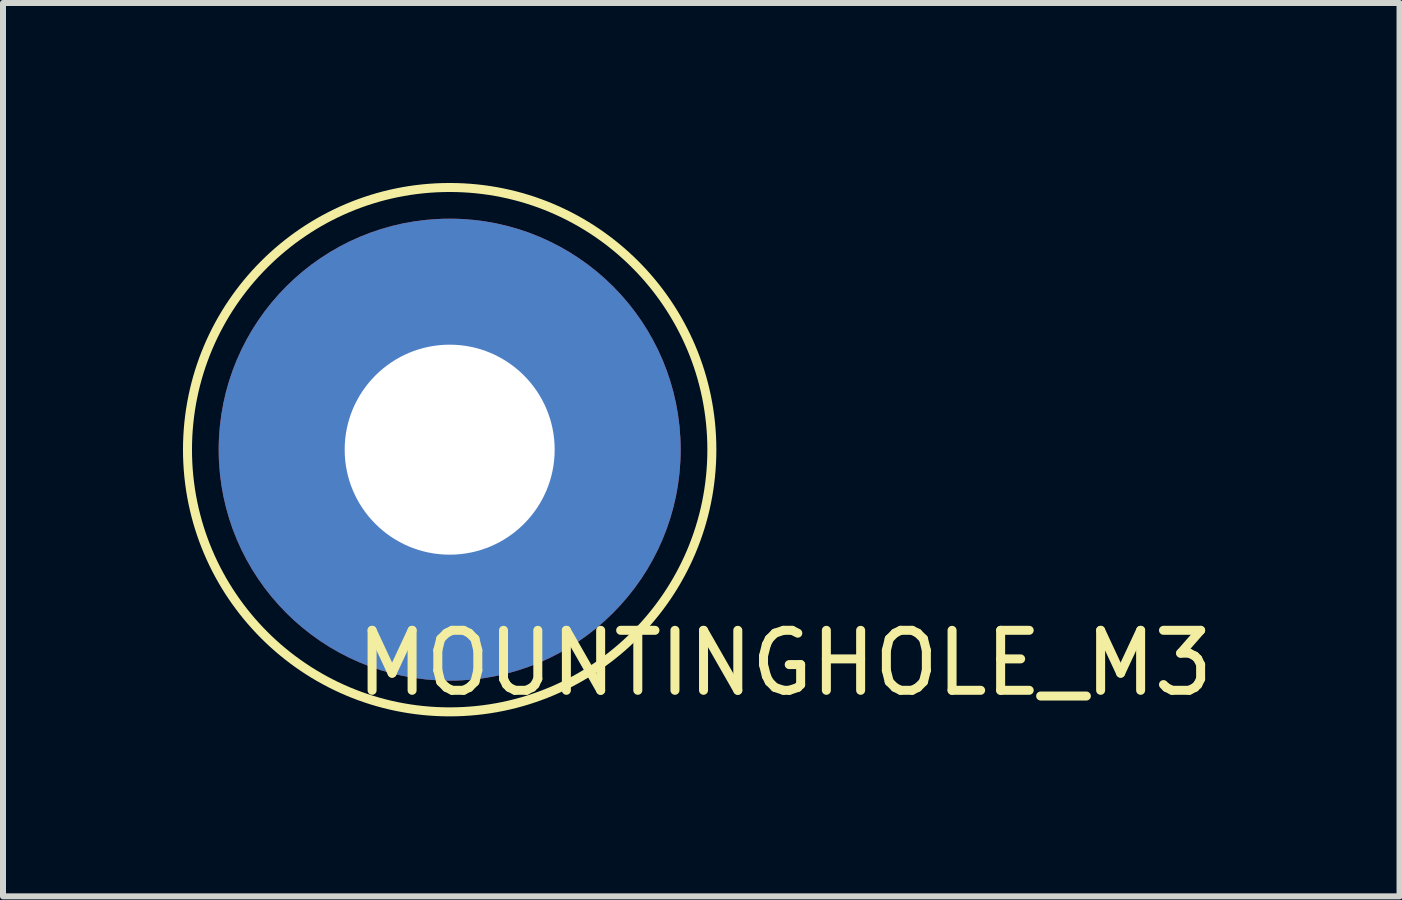
<source format=kicad_pcb>
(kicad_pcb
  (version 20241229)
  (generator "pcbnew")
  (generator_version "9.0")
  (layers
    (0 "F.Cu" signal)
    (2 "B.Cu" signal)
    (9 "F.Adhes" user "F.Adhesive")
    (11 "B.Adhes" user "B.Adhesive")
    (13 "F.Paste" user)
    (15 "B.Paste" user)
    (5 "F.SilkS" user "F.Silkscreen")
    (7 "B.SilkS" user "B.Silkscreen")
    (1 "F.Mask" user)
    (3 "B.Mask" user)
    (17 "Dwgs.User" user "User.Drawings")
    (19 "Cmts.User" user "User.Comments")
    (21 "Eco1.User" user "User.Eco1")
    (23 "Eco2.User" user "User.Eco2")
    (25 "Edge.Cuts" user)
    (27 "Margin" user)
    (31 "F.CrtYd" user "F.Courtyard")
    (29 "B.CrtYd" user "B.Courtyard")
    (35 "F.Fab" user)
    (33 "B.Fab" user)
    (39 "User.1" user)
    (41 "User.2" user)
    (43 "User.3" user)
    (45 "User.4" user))
  (footprint "MOUNTINGHOLE_M3"
    (layer "F.Cu")
    (at 4.445 4.445)
    (property "Reference" "MOUNTINGHOLE_M3" (at 5.588 3.556 0) (layer "F.SilkS") (effects (font (size 1 1) (thickness 0.15))))
    (attr through_hole)
    (fp_circle (center 0 0) (end 3.556 2.54) (stroke (width 0.15) (type solid)) (fill no) (layer "F.SilkS"))
    (pad "" np_thru_hole circle (at 0 0) (size 7.7 7.7) (drill 3.5) (layers "*.Cu" "*.Mask")))
  (gr_rect
    (start -3 -3)
    (end 20.277 11.89)
    (stroke (width 0.1) (type default))
    (fill no)
    (layer "Edge.Cuts")))
</source>
